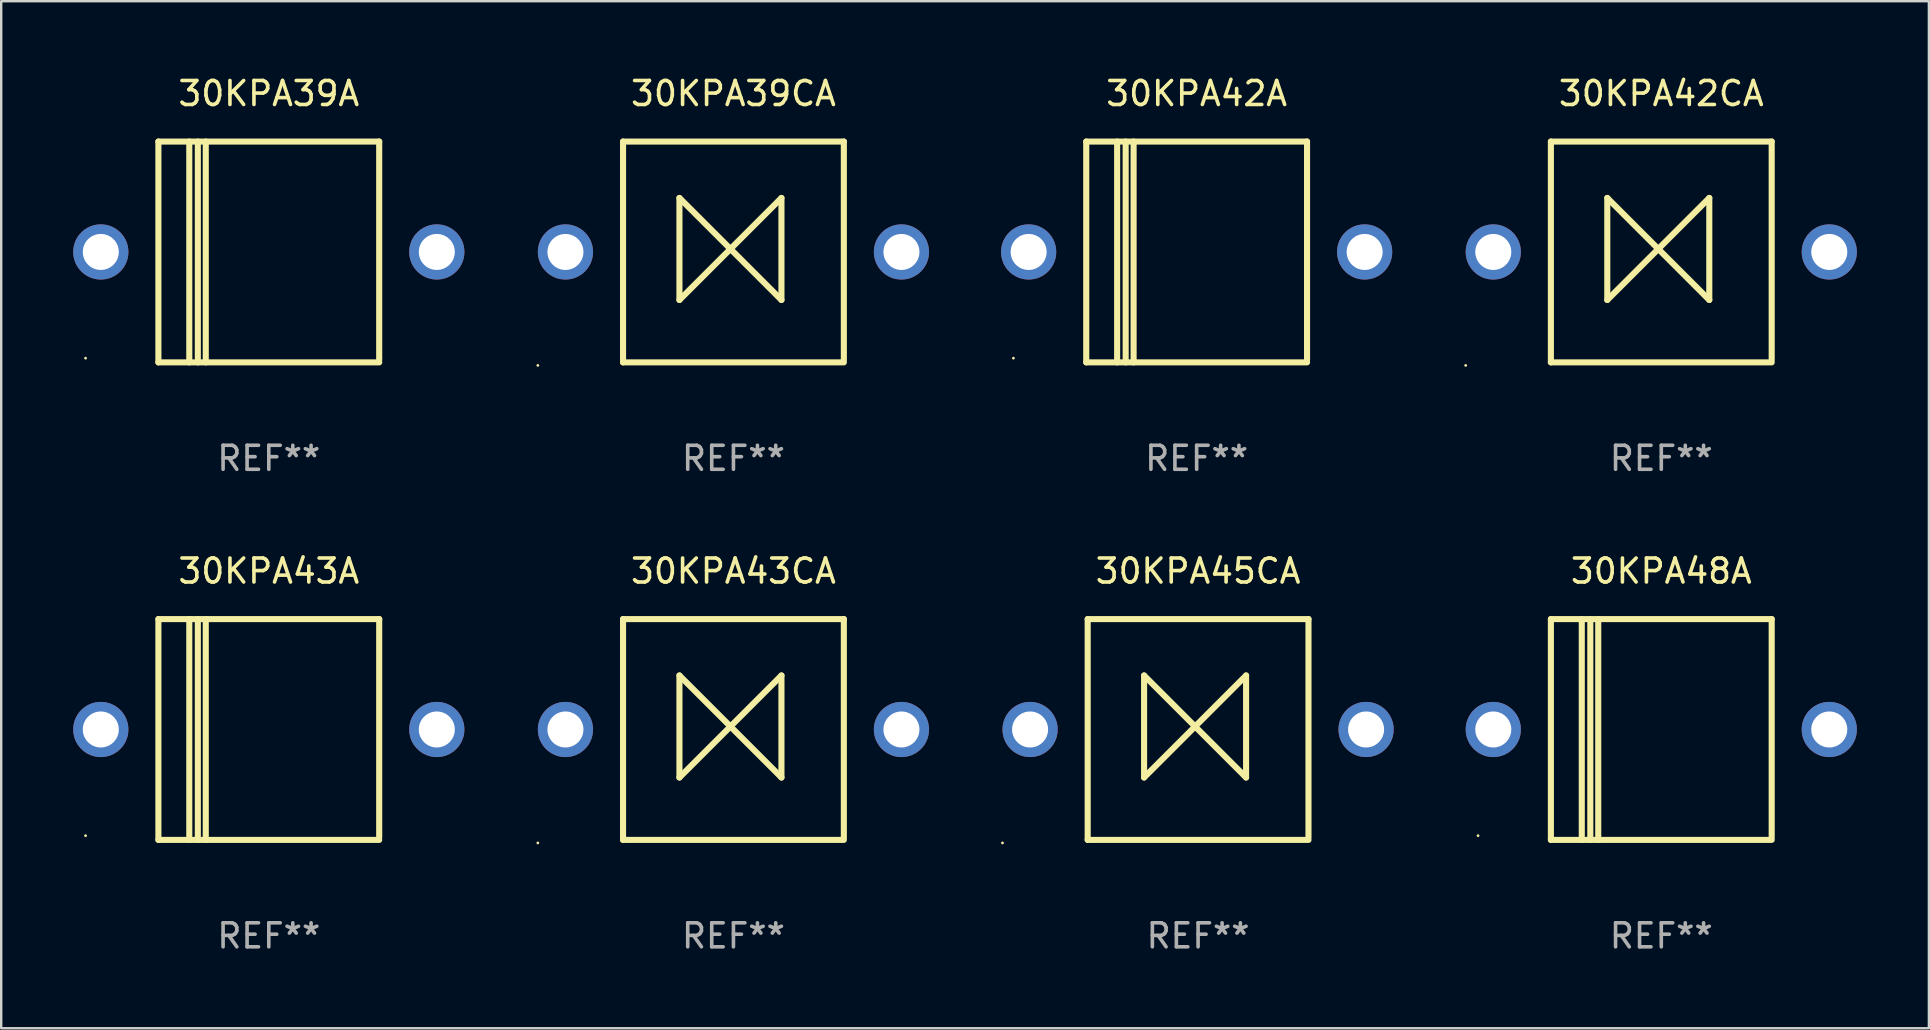
<source format=kicad_pcb>
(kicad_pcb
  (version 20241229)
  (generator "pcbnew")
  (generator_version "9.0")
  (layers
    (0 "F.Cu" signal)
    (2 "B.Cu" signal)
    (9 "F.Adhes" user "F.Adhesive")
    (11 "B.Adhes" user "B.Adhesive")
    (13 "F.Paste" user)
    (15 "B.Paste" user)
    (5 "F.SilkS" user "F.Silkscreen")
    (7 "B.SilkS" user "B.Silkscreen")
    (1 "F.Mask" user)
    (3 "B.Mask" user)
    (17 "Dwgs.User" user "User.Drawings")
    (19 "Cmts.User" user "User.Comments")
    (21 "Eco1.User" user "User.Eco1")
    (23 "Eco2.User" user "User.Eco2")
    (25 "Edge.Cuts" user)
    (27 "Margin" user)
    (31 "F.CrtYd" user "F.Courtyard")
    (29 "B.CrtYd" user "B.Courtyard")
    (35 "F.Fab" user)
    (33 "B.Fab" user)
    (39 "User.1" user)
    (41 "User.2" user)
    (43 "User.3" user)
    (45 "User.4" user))
  (footprint "30KPA48A"
    (layer "F.Cu")
    (at 66.17 27.345)
    (property "Reference" "30KPA48A" (at 0 -6.6 0) (layer "F.SilkS") (effects (font (size 1 1) (thickness 0.15))))
    (attr through_hole)
    (fp_line (start -4.6 -4.6) (end -4.6 4.6) (stroke (width 0.254) (type solid)) (layer "F.SilkS"))
    (fp_line (start -4.6 -4.6) (end 4.6 -4.6) (stroke (width 0.254) (type solid)) (layer "F.SilkS"))
    (fp_line (start -4.6 4.6) (end 4.6 4.6) (stroke (width 0.254) (type solid)) (layer "F.SilkS"))
    (fp_line (start -3.313 -4.6) (end -3.313 4.6) (stroke (width 0.254) (type solid)) (layer "F.SilkS"))
    (fp_line (start -2.957 -4.6) (end -2.957 4.6) (stroke (width 0.254) (type solid)) (layer "F.SilkS"))
    (fp_line (start -2.627 -4.6) (end -2.627 4.6) (stroke (width 0.254) (type solid)) (layer "F.SilkS"))
    (fp_line (start 4.6 -4.6) (end 4.6 4.5) (stroke (width 0.254) (type solid)) (layer "F.SilkS"))
    (fp_circle (center -7.635 4.425) (end -7.605 4.425) (stroke (width 0.06) (type solid)) (fill no) (layer "F.SilkS"))
    (fp_text user "REF**" (at 0 8.6 0) (layer "F.Fab") (effects (font (size 1 1) (thickness 0.15))))
    (pad "1" thru_hole circle (at -7 0) (size 2.3 2.3) (drill 1.5) (layers "*.Cu" "*.Mask"))
    (pad "2" thru_hole circle (at 7 0) (size 2.3 2.3) (drill 1.5) (layers "*.Cu" "*.Mask")))
  (footprint "30KPA42A"
    (layer "F.Cu")
    (at 46.81 7.448)
    (property "Reference" "30KPA42A" (at 0 -6.6 0) (layer "F.SilkS") (effects (font (size 1 1) (thickness 0.15))))
    (attr through_hole)
    (fp_line (start -4.6 -4.6) (end -4.6 4.6) (stroke (width 0.254) (type solid)) (layer "F.SilkS"))
    (fp_line (start -4.6 -4.6) (end 4.6 -4.6) (stroke (width 0.254) (type solid)) (layer "F.SilkS"))
    (fp_line (start -4.6 4.6) (end 4.6 4.6) (stroke (width 0.254) (type solid)) (layer "F.SilkS"))
    (fp_line (start -3.313 -4.6) (end -3.313 4.6) (stroke (width 0.254) (type solid)) (layer "F.SilkS"))
    (fp_line (start -2.957 -4.6) (end -2.957 4.6) (stroke (width 0.254) (type solid)) (layer "F.SilkS"))
    (fp_line (start -2.627 -4.6) (end -2.627 4.6) (stroke (width 0.254) (type solid)) (layer "F.SilkS"))
    (fp_line (start 4.6 -4.6) (end 4.6 4.5) (stroke (width 0.254) (type solid)) (layer "F.SilkS"))
    (fp_circle (center -7.635 4.425) (end -7.605 4.425) (stroke (width 0.06) (type solid)) (fill no) (layer "F.SilkS"))
    (fp_text user "REF**" (at 0 8.6 0) (layer "F.Fab") (effects (font (size 1 1) (thickness 0.15))))
    (pad "1" thru_hole circle (at -7 0) (size 2.3 2.3) (drill 1.5) (layers "*.Cu" "*.Mask"))
    (pad "2" thru_hole circle (at 7 0) (size 2.3 2.3) (drill 1.5) (layers "*.Cu" "*.Mask")))
  (footprint "30KPA45CA"
    (layer "F.Cu")
    (at 46.87 27.345)
    (property "Reference" "30KPA45CA" (at 0 -6.6 0) (layer "F.SilkS") (effects (font (size 1 1) (thickness 0.15))))
    (attr through_hole)
    (fp_line (start -4.6 -4.6) (end -4.6 4.6) (stroke (width 0.254) (type solid)) (layer "F.SilkS"))
    (fp_line (start -4.6 -4.6) (end 4.6 -4.6) (stroke (width 0.254) (type solid)) (layer "F.SilkS"))
    (fp_line (start -4.6 4.6) (end 4.6 4.6) (stroke (width 0.254) (type solid)) (layer "F.SilkS"))
    (fp_line (start -2.25 -2.25) (end -2.25 2) (stroke (width 0.254) (type solid)) (layer "F.SilkS"))
    (fp_line (start -2.25 2) (end 2 -2.25) (stroke (width 0.254) (type solid)) (layer "F.SilkS"))
    (fp_line (start 2 -2.25) (end 2 2) (stroke (width 0.254) (type solid)) (layer "F.SilkS"))
    (fp_line (start 2 2) (end -2.25 -2.25) (stroke (width 0.254) (type solid)) (layer "F.SilkS"))
    (fp_line (start 4.6 -4.6) (end 4.6 4.5) (stroke (width 0.254) (type solid)) (layer "F.SilkS"))
    (fp_circle (center -8.15 4.727) (end -8.12 4.727) (stroke (width 0.06) (type solid)) (fill no) (layer "F.SilkS"))
    (fp_text user "REF**" (at 0 8.6 0) (layer "F.Fab") (effects (font (size 1 1) (thickness 0.15))))
    (pad "1" thru_hole circle (at -7 0) (size 2.3 2.3) (drill 1.5) (layers "*.Cu" "*.Mask"))
    (pad "2" thru_hole circle (at 7 0) (size 2.3 2.3) (drill 1.5) (layers "*.Cu" "*.Mask")))
  (footprint "30KPA42CA"
    (layer "F.Cu")
    (at 66.17 7.448)
    (property "Reference" "30KPA42CA" (at 0 -6.6 0) (layer "F.SilkS") (effects (font (size 1 1) (thickness 0.15))))
    (attr through_hole)
    (fp_line (start -4.6 -4.6) (end -4.6 4.6) (stroke (width 0.254) (type solid)) (layer "F.SilkS"))
    (fp_line (start -4.6 -4.6) (end 4.6 -4.6) (stroke (width 0.254) (type solid)) (layer "F.SilkS"))
    (fp_line (start -4.6 4.6) (end 4.6 4.6) (stroke (width 0.254) (type solid)) (layer "F.SilkS"))
    (fp_line (start -2.25 -2.25) (end -2.25 2) (stroke (width 0.254) (type solid)) (layer "F.SilkS"))
    (fp_line (start -2.25 2) (end 2 -2.25) (stroke (width 0.254) (type solid)) (layer "F.SilkS"))
    (fp_line (start 2 -2.25) (end 2 2) (stroke (width 0.254) (type solid)) (layer "F.SilkS"))
    (fp_line (start 2 2) (end -2.25 -2.25) (stroke (width 0.254) (type solid)) (layer "F.SilkS"))
    (fp_line (start 4.6 -4.6) (end 4.6 4.5) (stroke (width 0.254) (type solid)) (layer "F.SilkS"))
    (fp_circle (center -8.15 4.727) (end -8.12 4.727) (stroke (width 0.06) (type solid)) (fill no) (layer "F.SilkS"))
    (fp_text user "REF**" (at 0 8.6 0) (layer "F.Fab") (effects (font (size 1 1) (thickness 0.15))))
    (pad "1" thru_hole circle (at -7 0) (size 2.3 2.3) (drill 1.5) (layers "*.Cu" "*.Mask"))
    (pad "2" thru_hole circle (at 7 0) (size 2.3 2.3) (drill 1.5) (layers "*.Cu" "*.Mask")))
  (footprint "30KPA39A"
    (layer "F.Cu")
    (at 8.15 7.448)
    (property "Reference" "30KPA39A" (at 0 -6.6 0) (layer "F.SilkS") (effects (font (size 1 1) (thickness 0.15))))
    (attr through_hole)
    (fp_line (start -4.6 -4.6) (end -4.6 4.6) (stroke (width 0.254) (type solid)) (layer "F.SilkS"))
    (fp_line (start -4.6 -4.6) (end 4.6 -4.6) (stroke (width 0.254) (type solid)) (layer "F.SilkS"))
    (fp_line (start -4.6 4.6) (end 4.6 4.6) (stroke (width 0.254) (type solid)) (layer "F.SilkS"))
    (fp_line (start -3.313 -4.6) (end -3.313 4.6) (stroke (width 0.254) (type solid)) (layer "F.SilkS"))
    (fp_line (start -2.957 -4.6) (end -2.957 4.6) (stroke (width 0.254) (type solid)) (layer "F.SilkS"))
    (fp_line (start -2.627 -4.6) (end -2.627 4.6) (stroke (width 0.254) (type solid)) (layer "F.SilkS"))
    (fp_line (start 4.6 -4.6) (end 4.6 4.5) (stroke (width 0.254) (type solid)) (layer "F.SilkS"))
    (fp_circle (center -7.635 4.425) (end -7.605 4.425) (stroke (width 0.06) (type solid)) (fill no) (layer "F.SilkS"))
    (fp_text user "REF**" (at 0 8.6 0) (layer "F.Fab") (effects (font (size 1 1) (thickness 0.15))))
    (pad "1" thru_hole circle (at -7 0) (size 2.3 2.3) (drill 1.5) (layers "*.Cu" "*.Mask"))
    (pad "2" thru_hole circle (at 7 0) (size 2.3 2.3) (drill 1.5) (layers "*.Cu" "*.Mask")))
  (footprint "30KPA43A"
    (layer "F.Cu")
    (at 8.15 27.345)
    (property "Reference" "30KPA43A" (at 0 -6.6 0) (layer "F.SilkS") (effects (font (size 1 1) (thickness 0.15))))
    (attr through_hole)
    (fp_line (start -4.6 -4.6) (end -4.6 4.6) (stroke (width 0.254) (type solid)) (layer "F.SilkS"))
    (fp_line (start -4.6 -4.6) (end 4.6 -4.6) (stroke (width 0.254) (type solid)) (layer "F.SilkS"))
    (fp_line (start -4.6 4.6) (end 4.6 4.6) (stroke (width 0.254) (type solid)) (layer "F.SilkS"))
    (fp_line (start -3.313 -4.6) (end -3.313 4.6) (stroke (width 0.254) (type solid)) (layer "F.SilkS"))
    (fp_line (start -2.957 -4.6) (end -2.957 4.6) (stroke (width 0.254) (type solid)) (layer "F.SilkS"))
    (fp_line (start -2.627 -4.6) (end -2.627 4.6) (stroke (width 0.254) (type solid)) (layer "F.SilkS"))
    (fp_line (start 4.6 -4.6) (end 4.6 4.5) (stroke (width 0.254) (type solid)) (layer "F.SilkS"))
    (fp_circle (center -7.635 4.425) (end -7.605 4.425) (stroke (width 0.06) (type solid)) (fill no) (layer "F.SilkS"))
    (fp_text user "REF**" (at 0 8.6 0) (layer "F.Fab") (effects (font (size 1 1) (thickness 0.15))))
    (pad "1" thru_hole circle (at -7 0) (size 2.3 2.3) (drill 1.5) (layers "*.Cu" "*.Mask"))
    (pad "2" thru_hole circle (at 7 0) (size 2.3 2.3) (drill 1.5) (layers "*.Cu" "*.Mask")))
  (footprint "30KPA39CA"
    (layer "F.Cu")
    (at 27.51 7.448)
    (property "Reference" "30KPA39CA" (at 0 -6.6 0) (layer "F.SilkS") (effects (font (size 1 1) (thickness 0.15))))
    (attr through_hole)
    (fp_line (start -4.6 -4.6) (end -4.6 4.6) (stroke (width 0.254) (type solid)) (layer "F.SilkS"))
    (fp_line (start -4.6 -4.6) (end 4.6 -4.6) (stroke (width 0.254) (type solid)) (layer "F.SilkS"))
    (fp_line (start -4.6 4.6) (end 4.6 4.6) (stroke (width 0.254) (type solid)) (layer "F.SilkS"))
    (fp_line (start -2.25 -2.25) (end -2.25 2) (stroke (width 0.254) (type solid)) (layer "F.SilkS"))
    (fp_line (start -2.25 2) (end 2 -2.25) (stroke (width 0.254) (type solid)) (layer "F.SilkS"))
    (fp_line (start 2 -2.25) (end 2 2) (stroke (width 0.254) (type solid)) (layer "F.SilkS"))
    (fp_line (start 2 2) (end -2.25 -2.25) (stroke (width 0.254) (type solid)) (layer "F.SilkS"))
    (fp_line (start 4.6 -4.6) (end 4.6 4.5) (stroke (width 0.254) (type solid)) (layer "F.SilkS"))
    (fp_circle (center -8.15 4.727) (end -8.12 4.727) (stroke (width 0.06) (type solid)) (fill no) (layer "F.SilkS"))
    (fp_text user "REF**" (at 0 8.6 0) (layer "F.Fab") (effects (font (size 1 1) (thickness 0.15))))
    (pad "1" thru_hole circle (at -7 0) (size 2.3 2.3) (drill 1.5) (layers "*.Cu" "*.Mask"))
    (pad "2" thru_hole circle (at 7 0) (size 2.3 2.3) (drill 1.5) (layers "*.Cu" "*.Mask")))
  (footprint "30KPA43CA"
    (layer "F.Cu")
    (at 27.51 27.345)
    (property "Reference" "30KPA43CA" (at 0 -6.6 0) (layer "F.SilkS") (effects (font (size 1 1) (thickness 0.15))))
    (attr through_hole)
    (fp_line (start -4.6 -4.6) (end -4.6 4.6) (stroke (width 0.254) (type solid)) (layer "F.SilkS"))
    (fp_line (start -4.6 -4.6) (end 4.6 -4.6) (stroke (width 0.254) (type solid)) (layer "F.SilkS"))
    (fp_line (start -4.6 4.6) (end 4.6 4.6) (stroke (width 0.254) (type solid)) (layer "F.SilkS"))
    (fp_line (start -2.25 -2.25) (end -2.25 2) (stroke (width 0.254) (type solid)) (layer "F.SilkS"))
    (fp_line (start -2.25 2) (end 2 -2.25) (stroke (width 0.254) (type solid)) (layer "F.SilkS"))
    (fp_line (start 2 -2.25) (end 2 2) (stroke (width 0.254) (type solid)) (layer "F.SilkS"))
    (fp_line (start 2 2) (end -2.25 -2.25) (stroke (width 0.254) (type solid)) (layer "F.SilkS"))
    (fp_line (start 4.6 -4.6) (end 4.6 4.5) (stroke (width 0.254) (type solid)) (layer "F.SilkS"))
    (fp_circle (center -8.15 4.727) (end -8.12 4.727) (stroke (width 0.06) (type solid)) (fill no) (layer "F.SilkS"))
    (fp_text user "REF**" (at 0 8.6 0) (layer "F.Fab") (effects (font (size 1 1) (thickness 0.15))))
    (pad "1" thru_hole circle (at -7 0) (size 2.3 2.3) (drill 1.5) (layers "*.Cu" "*.Mask"))
    (pad "2" thru_hole circle (at 7 0) (size 2.3 2.3) (drill 1.5) (layers "*.Cu" "*.Mask")))
  (gr_rect
    (start -3 -3)
    (end 77.32 39.793)
    (stroke (width 0.1) (type default))
    (fill no)
    (layer "Edge.Cuts")))
</source>
